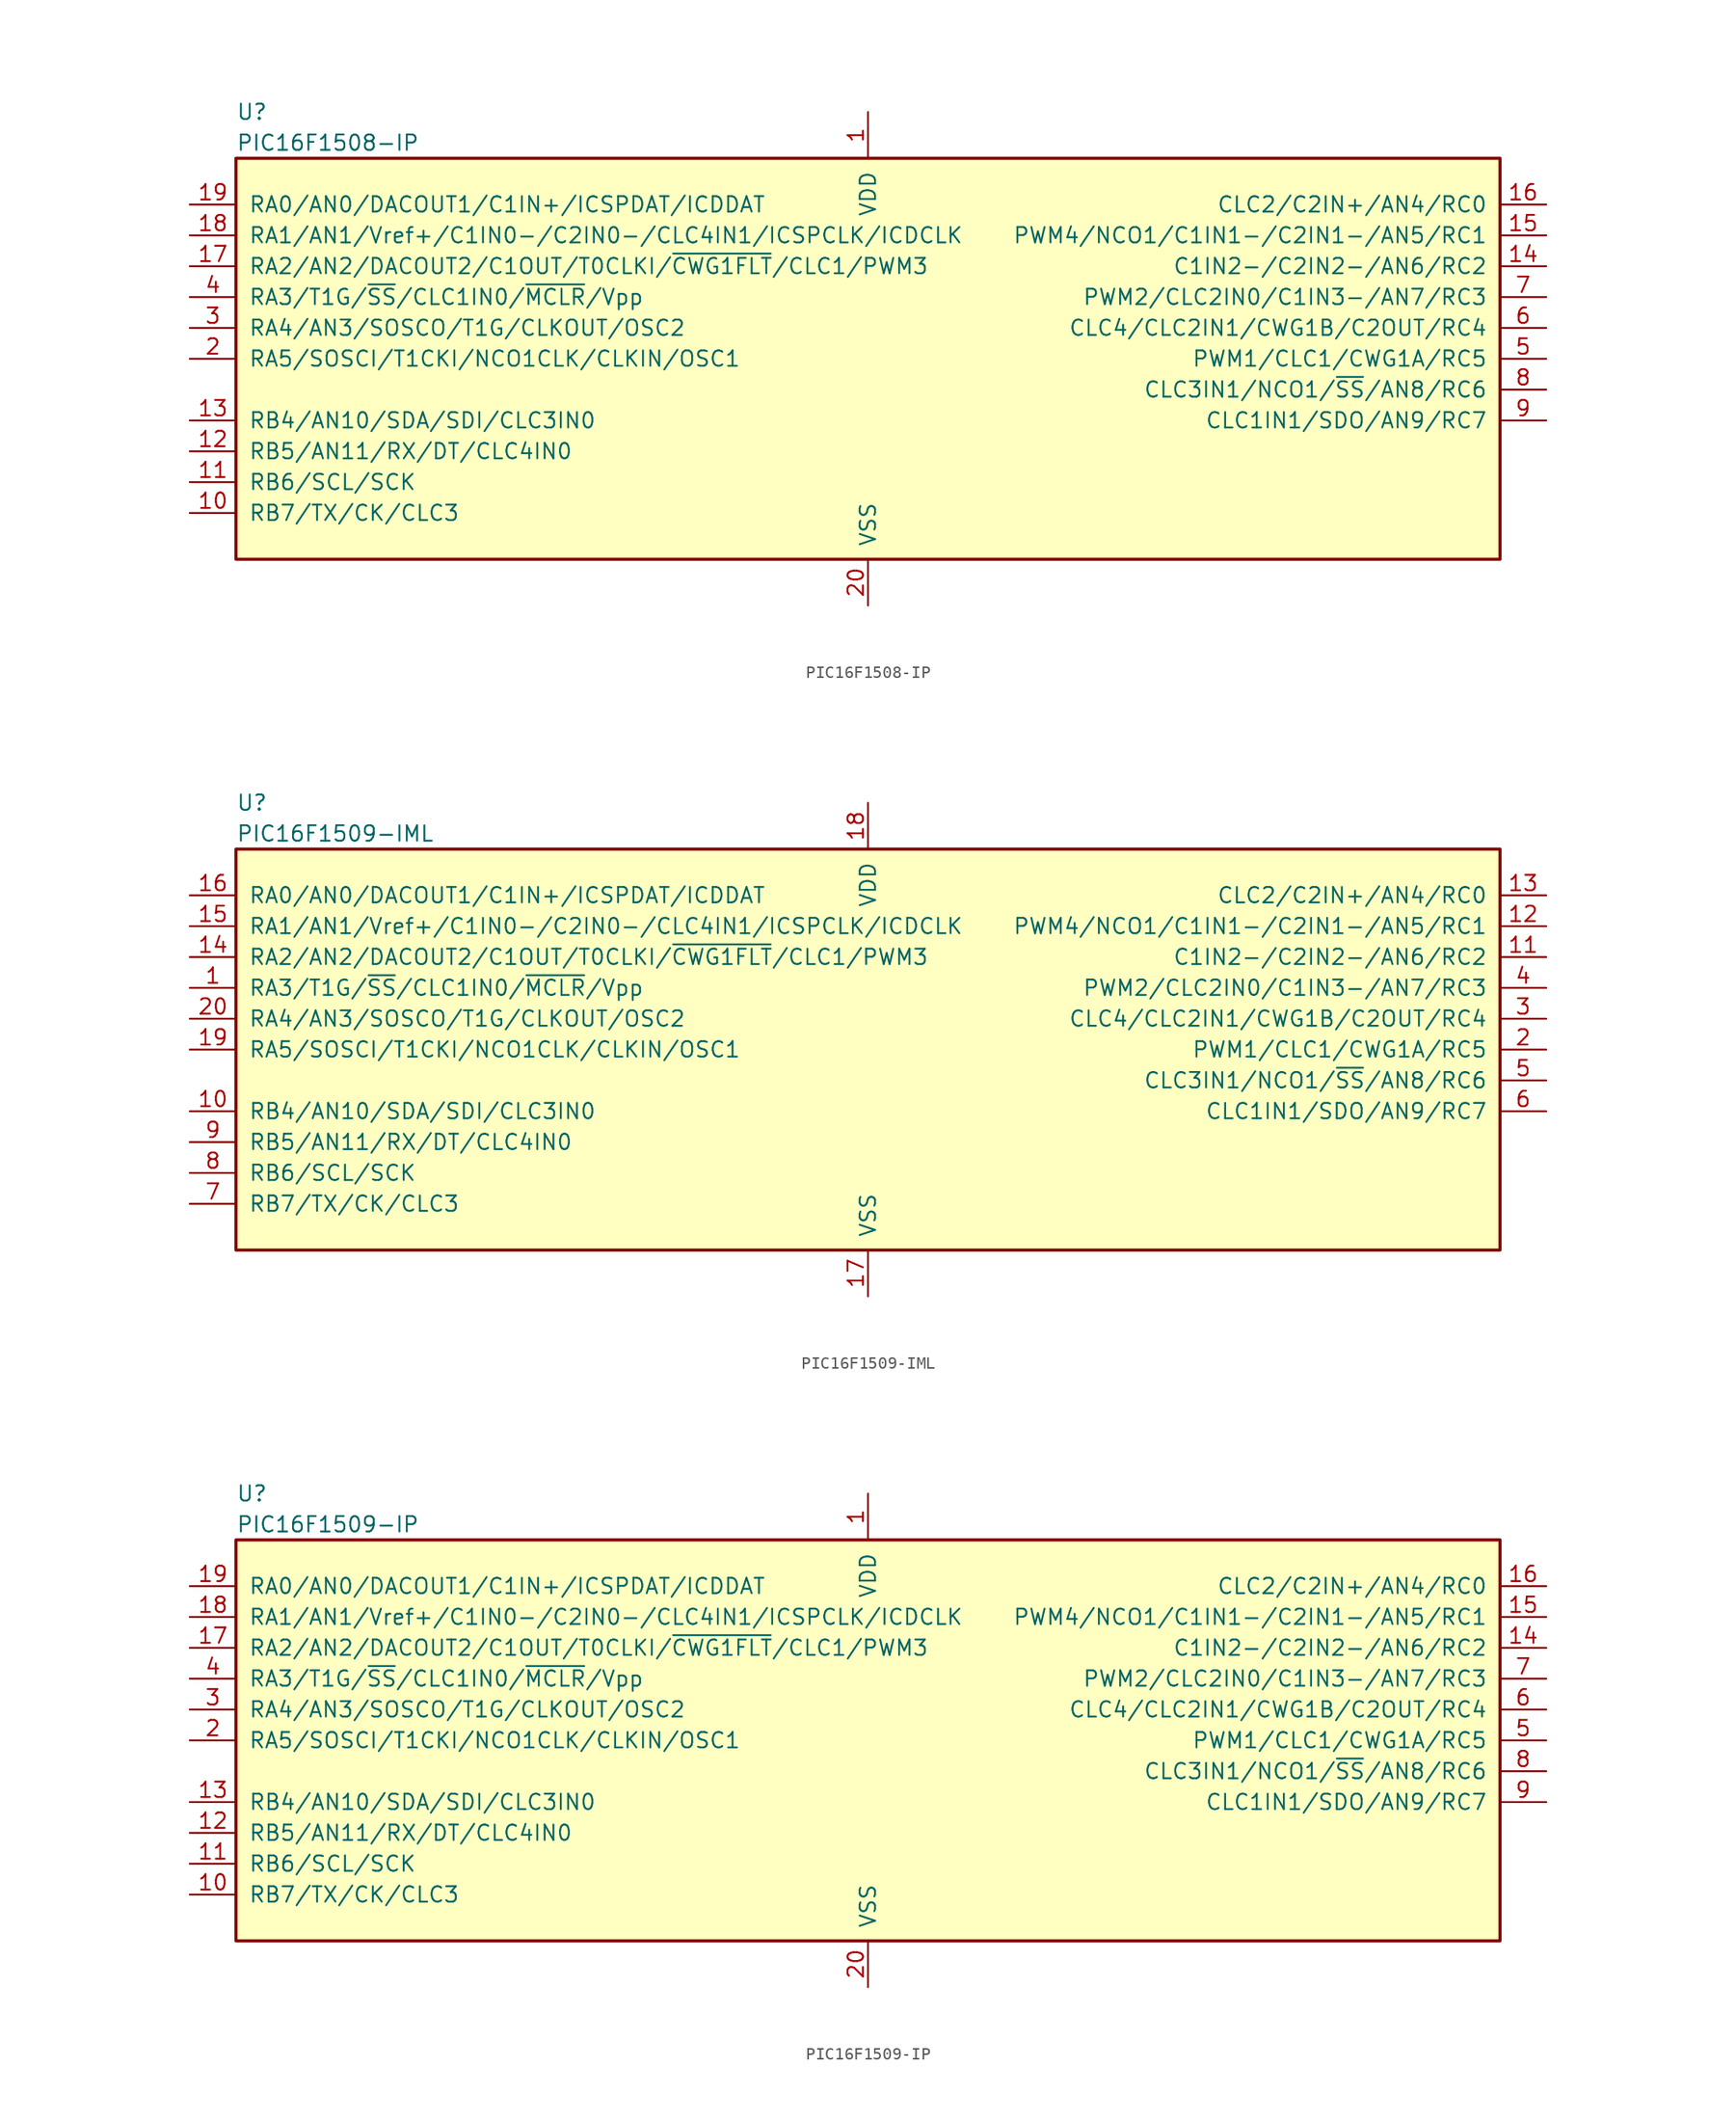
<source format=kicad_sym>
(kicad_symbol_lib
  (version 20201005)
  (generator kicad_symbol_editor)
  (symbol "PIC16F1508-IP"
    (pin_names
      (offset 1.016))
    (property "Reference" "U"
      (at -52.07 20.32 0)
      (effects (font (size 1.27 1.27)) (justify left)))
    (property "Value" "PIC16F1508-IP"
      (at -52.07 17.78 0)
      (effects (font (size 1.27 1.27)) (justify left)))
    (symbol "PIC16F1508-IP_0_1"
      (rectangle (start -52.07 16.51) (end 52.07 -16.51) (stroke (width 0.254)) (fill (type background))))
    (symbol "PIC16F1508-IP_1_1"
      (pin power_in line (at 0 20.32 270) (length 3.81) (name "VDD" (effects (font (size 1.27 1.27)))) (number "1" (effects (font (size 1.27 1.27)))))
      (pin bidirectional line (at -55.88 -12.7 0) (length 3.81) (name "RB7/TX/CK/CLC3" (effects (font (size 1.27 1.27)))) (number "10" (effects (font (size 1.27 1.27)))))
      (pin bidirectional line (at -55.88 -10.16 0) (length 3.81) (name "RB6/SCL/SCK" (effects (font (size 1.27 1.27)))) (number "11" (effects (font (size 1.27 1.27)))))
      (pin bidirectional line (at -55.88 -7.62 0) (length 3.81) (name "RB5/AN11/RX/DT/CLC4IN0" (effects (font (size 1.27 1.27)))) (number "12" (effects (font (size 1.27 1.27)))))
      (pin bidirectional line (at -55.88 -5.08 0) (length 3.81) (name "RB4/AN10/SDA/SDI/CLC3IN0" (effects (font (size 1.27 1.27)))) (number "13" (effects (font (size 1.27 1.27)))))
      (pin bidirectional line (at 55.88 7.62 180) (length 3.81) (name "C1IN2-/C2IN2-/AN6/RC2" (effects (font (size 1.27 1.27)))) (number "14" (effects (font (size 1.27 1.27)))))
      (pin bidirectional line (at 55.88 10.16 180) (length 3.81) (name "PWM4/NCO1/C1IN1-/C2IN1-/AN5/RC1" (effects (font (size 1.27 1.27)))) (number "15" (effects (font (size 1.27 1.27)))))
      (pin bidirectional line (at 55.88 12.7 180) (length 3.81) (name "CLC2/C2IN+/AN4/RC0" (effects (font (size 1.27 1.27)))) (number "16" (effects (font (size 1.27 1.27)))))
      (pin bidirectional line (at -55.88 7.62 0) (length 3.81) (name "RA2/AN2/DACOUT2/C1OUT/T0CLKI/~CWG1FLT~/CLC1/PWM3" (effects (font (size 1.27 1.27)))) (number "17" (effects (font (size 1.27 1.27)))))
      (pin bidirectional line (at -55.88 10.16 0) (length 3.81) (name "RA1/AN1/Vref+/C1IN0-/C2IN0-/CLC4IN1/ICSPCLK/ICDCLK" (effects (font (size 1.27 1.27)))) (number "18" (effects (font (size 1.27 1.27)))))
      (pin bidirectional line (at -55.88 12.7 0) (length 3.81) (name "RA0/AN0/DACOUT1/C1IN+/ICSPDAT/ICDDAT" (effects (font (size 1.27 1.27)))) (number "19" (effects (font (size 1.27 1.27)))))
      (pin bidirectional line (at -55.88 0 0) (length 3.81) (name "RA5/SOSCI/T1CKI/NCO1CLK/CLKIN/OSC1" (effects (font (size 1.27 1.27)))) (number "2" (effects (font (size 1.27 1.27)))))
      (pin power_in line (at 0 -20.32 90) (length 3.81) (name "VSS" (effects (font (size 1.27 1.27)))) (number "20" (effects (font (size 1.27 1.27)))))
      (pin bidirectional line (at -55.88 2.54 0) (length 3.81) (name "RA4/AN3/SOSCO/T1G/CLKOUT/OSC2" (effects (font (size 1.27 1.27)))) (number "3" (effects (font (size 1.27 1.27)))))
      (pin input line (at -55.88 5.08 0) (length 3.81) (name "RA3/T1G/~SS~/CLC1IN0/~MCLR~/Vpp" (effects (font (size 1.27 1.27)))) (number "4" (effects (font (size 1.27 1.27)))))
      (pin bidirectional line (at 55.88 0 180) (length 3.81) (name "PWM1/CLC1/CWG1A/RC5" (effects (font (size 1.27 1.27)))) (number "5" (effects (font (size 1.27 1.27)))))
      (pin bidirectional line (at 55.88 2.54 180) (length 3.81) (name "CLC4/CLC2IN1/CWG1B/C2OUT/RC4" (effects (font (size 1.27 1.27)))) (number "6" (effects (font (size 1.27 1.27)))))
      (pin bidirectional line (at 55.88 5.08 180) (length 3.81) (name "PWM2/CLC2IN0/C1IN3-/AN7/RC3" (effects (font (size 1.27 1.27)))) (number "7" (effects (font (size 1.27 1.27)))))
      (pin bidirectional line (at 55.88 -2.54 180) (length 3.81) (name "CLC3IN1/NCO1/~SS~/AN8/RC6" (effects (font (size 1.27 1.27)))) (number "8" (effects (font (size 1.27 1.27)))))
      (pin bidirectional line (at 55.88 -5.08 180) (length 3.81) (name "CLC1IN1/SDO/AN9/RC7" (effects (font (size 1.27 1.27)))) (number "9" (effects (font (size 1.27 1.27)))))))
  (symbol "PIC16F1509-IML"
    (pin_names
      (offset 1.016))
    (property "Reference" "U"
      (at -52.07 20.32 0)
      (effects (font (size 1.27 1.27)) (justify left)))
    (property "Value" "PIC16F1509-IML"
      (at -52.07 17.78 0)
      (effects (font (size 1.27 1.27)) (justify left)))
    (symbol "PIC16F1509-IML_0_1"
      (rectangle (start -52.07 16.51) (end 52.07 -16.51) (stroke (width 0.254)) (fill (type background))))
    (symbol "PIC16F1509-IML_1_1"
      (pin input line (at -55.88 5.08 0) (length 3.81) (name "RA3/T1G/~SS~/CLC1IN0/~MCLR~/Vpp" (effects (font (size 1.27 1.27)))) (number "1" (effects (font (size 1.27 1.27)))))
      (pin bidirectional line (at -55.88 -5.08 0) (length 3.81) (name "RB4/AN10/SDA/SDI/CLC3IN0" (effects (font (size 1.27 1.27)))) (number "10" (effects (font (size 1.27 1.27)))))
      (pin bidirectional line (at 55.88 7.62 180) (length 3.81) (name "C1IN2-/C2IN2-/AN6/RC2" (effects (font (size 1.27 1.27)))) (number "11" (effects (font (size 1.27 1.27)))))
      (pin bidirectional line (at 55.88 10.16 180) (length 3.81) (name "PWM4/NCO1/C1IN1-/C2IN1-/AN5/RC1" (effects (font (size 1.27 1.27)))) (number "12" (effects (font (size 1.27 1.27)))))
      (pin bidirectional line (at 55.88 12.7 180) (length 3.81) (name "CLC2/C2IN+/AN4/RC0" (effects (font (size 1.27 1.27)))) (number "13" (effects (font (size 1.27 1.27)))))
      (pin bidirectional line (at -55.88 7.62 0) (length 3.81) (name "RA2/AN2/DACOUT2/C1OUT/T0CLKI/~CWG1FLT~/CLC1/PWM3" (effects (font (size 1.27 1.27)))) (number "14" (effects (font (size 1.27 1.27)))))
      (pin bidirectional line (at -55.88 10.16 0) (length 3.81) (name "RA1/AN1/Vref+/C1IN0-/C2IN0-/CLC4IN1/ICSPCLK/ICDCLK" (effects (font (size 1.27 1.27)))) (number "15" (effects (font (size 1.27 1.27)))))
      (pin bidirectional line (at -55.88 12.7 0) (length 3.81) (name "RA0/AN0/DACOUT1/C1IN+/ICSPDAT/ICDDAT" (effects (font (size 1.27 1.27)))) (number "16" (effects (font (size 1.27 1.27)))))
      (pin power_in line (at 0 -20.32 90) (length 3.81) (name "VSS" (effects (font (size 1.27 1.27)))) (number "17" (effects (font (size 1.27 1.27)))))
      (pin power_in line (at 0 20.32 270) (length 3.81) (name "VDD" (effects (font (size 1.27 1.27)))) (number "18" (effects (font (size 1.27 1.27)))))
      (pin bidirectional line (at -55.88 0 0) (length 3.81) (name "RA5/SOSCI/T1CKI/NCO1CLK/CLKIN/OSC1" (effects (font (size 1.27 1.27)))) (number "19" (effects (font (size 1.27 1.27)))))
      (pin bidirectional line (at 55.88 0 180) (length 3.81) (name "PWM1/CLC1/CWG1A/RC5" (effects (font (size 1.27 1.27)))) (number "2" (effects (font (size 1.27 1.27)))))
      (pin bidirectional line (at -55.88 2.54 0) (length 3.81) (name "RA4/AN3/SOSCO/T1G/CLKOUT/OSC2" (effects (font (size 1.27 1.27)))) (number "20" (effects (font (size 1.27 1.27)))))
      (pin bidirectional line (at 55.88 2.54 180) (length 3.81) (name "CLC4/CLC2IN1/CWG1B/C2OUT/RC4" (effects (font (size 1.27 1.27)))) (number "3" (effects (font (size 1.27 1.27)))))
      (pin bidirectional line (at 55.88 5.08 180) (length 3.81) (name "PWM2/CLC2IN0/C1IN3-/AN7/RC3" (effects (font (size 1.27 1.27)))) (number "4" (effects (font (size 1.27 1.27)))))
      (pin bidirectional line (at 55.88 -2.54 180) (length 3.81) (name "CLC3IN1/NCO1/~SS~/AN8/RC6" (effects (font (size 1.27 1.27)))) (number "5" (effects (font (size 1.27 1.27)))))
      (pin bidirectional line (at 55.88 -5.08 180) (length 3.81) (name "CLC1IN1/SDO/AN9/RC7" (effects (font (size 1.27 1.27)))) (number "6" (effects (font (size 1.27 1.27)))))
      (pin bidirectional line (at -55.88 -12.7 0) (length 3.81) (name "RB7/TX/CK/CLC3" (effects (font (size 1.27 1.27)))) (number "7" (effects (font (size 1.27 1.27)))))
      (pin bidirectional line (at -55.88 -10.16 0) (length 3.81) (name "RB6/SCL/SCK" (effects (font (size 1.27 1.27)))) (number "8" (effects (font (size 1.27 1.27)))))
      (pin bidirectional line (at -55.88 -7.62 0) (length 3.81) (name "RB5/AN11/RX/DT/CLC4IN0" (effects (font (size 1.27 1.27)))) (number "9" (effects (font (size 1.27 1.27)))))))
  (symbol "PIC16F1509-IP"
    (pin_names
      (offset 1.016))
    (property "Reference" "U"
      (at -52.07 20.32 0)
      (effects (font (size 1.27 1.27)) (justify left)))
    (property "Value" "PIC16F1509-IP"
      (at -52.07 17.78 0)
      (effects (font (size 1.27 1.27)) (justify left)))
    (symbol "PIC16F1509-IP_0_1"
      (rectangle (start -52.07 16.51) (end 52.07 -16.51) (stroke (width 0.254)) (fill (type background))))
    (symbol "PIC16F1509-IP_1_1"
      (pin power_in line (at 0 20.32 270) (length 3.81) (name "VDD" (effects (font (size 1.27 1.27)))) (number "1" (effects (font (size 1.27 1.27)))))
      (pin bidirectional line (at -55.88 -12.7 0) (length 3.81) (name "RB7/TX/CK/CLC3" (effects (font (size 1.27 1.27)))) (number "10" (effects (font (size 1.27 1.27)))))
      (pin bidirectional line (at -55.88 -10.16 0) (length 3.81) (name "RB6/SCL/SCK" (effects (font (size 1.27 1.27)))) (number "11" (effects (font (size 1.27 1.27)))))
      (pin bidirectional line (at -55.88 -7.62 0) (length 3.81) (name "RB5/AN11/RX/DT/CLC4IN0" (effects (font (size 1.27 1.27)))) (number "12" (effects (font (size 1.27 1.27)))))
      (pin bidirectional line (at -55.88 -5.08 0) (length 3.81) (name "RB4/AN10/SDA/SDI/CLC3IN0" (effects (font (size 1.27 1.27)))) (number "13" (effects (font (size 1.27 1.27)))))
      (pin bidirectional line (at 55.88 7.62 180) (length 3.81) (name "C1IN2-/C2IN2-/AN6/RC2" (effects (font (size 1.27 1.27)))) (number "14" (effects (font (size 1.27 1.27)))))
      (pin bidirectional line (at 55.88 10.16 180) (length 3.81) (name "PWM4/NCO1/C1IN1-/C2IN1-/AN5/RC1" (effects (font (size 1.27 1.27)))) (number "15" (effects (font (size 1.27 1.27)))))
      (pin bidirectional line (at 55.88 12.7 180) (length 3.81) (name "CLC2/C2IN+/AN4/RC0" (effects (font (size 1.27 1.27)))) (number "16" (effects (font (size 1.27 1.27)))))
      (pin bidirectional line (at -55.88 7.62 0) (length 3.81) (name "RA2/AN2/DACOUT2/C1OUT/T0CLKI/~CWG1FLT~/CLC1/PWM3" (effects (font (size 1.27 1.27)))) (number "17" (effects (font (size 1.27 1.27)))))
      (pin bidirectional line (at -55.88 10.16 0) (length 3.81) (name "RA1/AN1/Vref+/C1IN0-/C2IN0-/CLC4IN1/ICSPCLK/ICDCLK" (effects (font (size 1.27 1.27)))) (number "18" (effects (font (size 1.27 1.27)))))
      (pin bidirectional line (at -55.88 12.7 0) (length 3.81) (name "RA0/AN0/DACOUT1/C1IN+/ICSPDAT/ICDDAT" (effects (font (size 1.27 1.27)))) (number "19" (effects (font (size 1.27 1.27)))))
      (pin bidirectional line (at -55.88 0 0) (length 3.81) (name "RA5/SOSCI/T1CKI/NCO1CLK/CLKIN/OSC1" (effects (font (size 1.27 1.27)))) (number "2" (effects (font (size 1.27 1.27)))))
      (pin power_in line (at 0 -20.32 90) (length 3.81) (name "VSS" (effects (font (size 1.27 1.27)))) (number "20" (effects (font (size 1.27 1.27)))))
      (pin bidirectional line (at -55.88 2.54 0) (length 3.81) (name "RA4/AN3/SOSCO/T1G/CLKOUT/OSC2" (effects (font (size 1.27 1.27)))) (number "3" (effects (font (size 1.27 1.27)))))
      (pin input line (at -55.88 5.08 0) (length 3.81) (name "RA3/T1G/~SS~/CLC1IN0/~MCLR~/Vpp" (effects (font (size 1.27 1.27)))) (number "4" (effects (font (size 1.27 1.27)))))
      (pin bidirectional line (at 55.88 0 180) (length 3.81) (name "PWM1/CLC1/CWG1A/RC5" (effects (font (size 1.27 1.27)))) (number "5" (effects (font (size 1.27 1.27)))))
      (pin bidirectional line (at 55.88 2.54 180) (length 3.81) (name "CLC4/CLC2IN1/CWG1B/C2OUT/RC4" (effects (font (size 1.27 1.27)))) (number "6" (effects (font (size 1.27 1.27)))))
      (pin bidirectional line (at 55.88 5.08 180) (length 3.81) (name "PWM2/CLC2IN0/C1IN3-/AN7/RC3" (effects (font (size 1.27 1.27)))) (number "7" (effects (font (size 1.27 1.27)))))
      (pin bidirectional line (at 55.88 -2.54 180) (length 3.81) (name "CLC3IN1/NCO1/~SS~/AN8/RC6" (effects (font (size 1.27 1.27)))) (number "8" (effects (font (size 1.27 1.27)))))
      (pin bidirectional line (at 55.88 -5.08 180) (length 3.81) (name "CLC1IN1/SDO/AN9/RC7" (effects (font (size 1.27 1.27)))) (number "9" (effects (font (size 1.27 1.27))))))))
</source>
